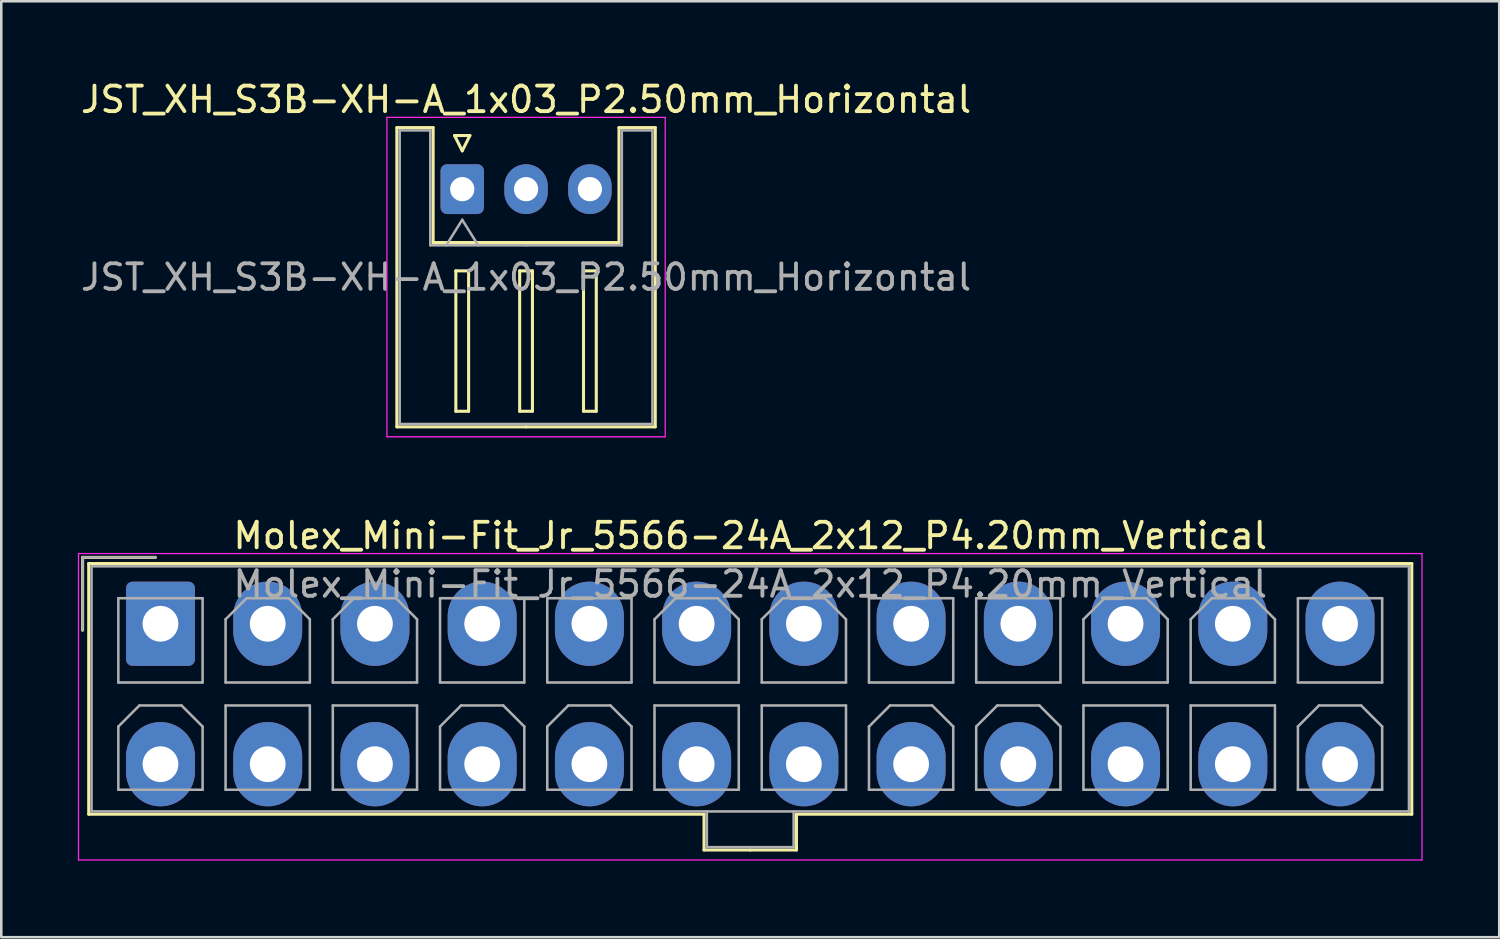
<source format=kicad_pcb>
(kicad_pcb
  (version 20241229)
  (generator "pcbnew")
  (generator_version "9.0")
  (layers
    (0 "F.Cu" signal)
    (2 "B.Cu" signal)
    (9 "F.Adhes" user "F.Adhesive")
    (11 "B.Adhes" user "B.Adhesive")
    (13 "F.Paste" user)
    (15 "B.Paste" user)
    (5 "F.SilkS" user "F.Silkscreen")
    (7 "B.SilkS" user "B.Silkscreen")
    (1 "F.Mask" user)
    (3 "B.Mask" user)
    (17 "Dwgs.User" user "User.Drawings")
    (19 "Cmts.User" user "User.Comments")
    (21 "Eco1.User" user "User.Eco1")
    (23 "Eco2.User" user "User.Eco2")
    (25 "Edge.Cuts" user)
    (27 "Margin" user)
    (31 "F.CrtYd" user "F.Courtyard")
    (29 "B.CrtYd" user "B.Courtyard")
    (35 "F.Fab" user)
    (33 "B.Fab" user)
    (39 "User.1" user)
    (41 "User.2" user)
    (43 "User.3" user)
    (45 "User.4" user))
  (footprint "JST_XH_S3B-XH-A_1x03_P2.50mm_Horizontal"
    (layer "F.Cu")
    (at 15.054 4.358)
    (property "Reference" "JST_XH_S3B-XH-A_1x03_P2.50mm_Horizontal" (at 2.5 -3.51 0) (layer "F.SilkS") (effects (font (size 1 1) (thickness 0.15))))
    (attr through_hole)
    (fp_line (start -2.56 -2.41) (end -1.14 -2.41) (stroke (width 0.12) (type solid)) (layer "F.SilkS"))
    (fp_line (start -2.56 9.31) (end -2.56 -2.41) (stroke (width 0.12) (type solid)) (layer "F.SilkS"))
    (fp_line (start -1.14 -2.41) (end -1.14 2.09) (stroke (width 0.12) (type solid)) (layer "F.SilkS"))
    (fp_line (start -1.14 2.09) (end 2.5 2.09) (stroke (width 0.12) (type solid)) (layer "F.SilkS"))
    (fp_line (start -0.3 -2.1) (end 0.3 -2.1) (stroke (width 0.12) (type solid)) (layer "F.SilkS"))
    (fp_line (start -0.25 3.2) (end -0.25 8.7) (stroke (width 0.12) (type solid)) (layer "F.SilkS"))
    (fp_line (start -0.25 8.7) (end 0.25 8.7) (stroke (width 0.12) (type solid)) (layer "F.SilkS"))
    (fp_line (start 0 -1.5) (end -0.3 -2.1) (stroke (width 0.12) (type solid)) (layer "F.SilkS"))
    (fp_line (start 0.25 3.2) (end -0.25 3.2) (stroke (width 0.12) (type solid)) (layer "F.SilkS"))
    (fp_line (start 0.25 8.7) (end 0.25 3.2) (stroke (width 0.12) (type solid)) (layer "F.SilkS"))
    (fp_line (start 0.3 -2.1) (end 0 -1.5) (stroke (width 0.12) (type solid)) (layer "F.SilkS"))
    (fp_line (start 2.25 3.2) (end 2.25 8.7) (stroke (width 0.12) (type solid)) (layer "F.SilkS"))
    (fp_line (start 2.25 8.7) (end 2.75 8.7) (stroke (width 0.12) (type solid)) (layer "F.SilkS"))
    (fp_line (start 2.5 9.31) (end -2.56 9.31) (stroke (width 0.12) (type solid)) (layer "F.SilkS"))
    (fp_line (start 2.5 9.31) (end 7.56 9.31) (stroke (width 0.12) (type solid)) (layer "F.SilkS"))
    (fp_line (start 2.75 3.2) (end 2.25 3.2) (stroke (width 0.12) (type solid)) (layer "F.SilkS"))
    (fp_line (start 2.75 8.7) (end 2.75 3.2) (stroke (width 0.12) (type solid)) (layer "F.SilkS"))
    (fp_line (start 4.75 3.2) (end 4.75 8.7) (stroke (width 0.12) (type solid)) (layer "F.SilkS"))
    (fp_line (start 4.75 8.7) (end 5.25 8.7) (stroke (width 0.12) (type solid)) (layer "F.SilkS"))
    (fp_line (start 5.25 3.2) (end 4.75 3.2) (stroke (width 0.12) (type solid)) (layer "F.SilkS"))
    (fp_line (start 5.25 8.7) (end 5.25 3.2) (stroke (width 0.12) (type solid)) (layer "F.SilkS"))
    (fp_line (start 6.14 -2.41) (end 6.14 2.09) (stroke (width 0.12) (type solid)) (layer "F.SilkS"))
    (fp_line (start 6.14 2.09) (end 2.5 2.09) (stroke (width 0.12) (type solid)) (layer "F.SilkS"))
    (fp_line (start 7.56 -2.41) (end 6.14 -2.41) (stroke (width 0.12) (type solid)) (layer "F.SilkS"))
    (fp_line (start 7.56 9.31) (end 7.56 -2.41) (stroke (width 0.12) (type solid)) (layer "F.SilkS"))
    (fp_line (start -2.95 -2.81) (end -2.95 9.7) (stroke (width 0.05) (type solid)) (layer "F.CrtYd"))
    (fp_line (start -2.95 9.7) (end 7.95 9.7) (stroke (width 0.05) (type solid)) (layer "F.CrtYd"))
    (fp_line (start 7.95 -2.81) (end -2.95 -2.81) (stroke (width 0.05) (type solid)) (layer "F.CrtYd"))
    (fp_line (start 7.95 9.7) (end 7.95 -2.81) (stroke (width 0.05) (type solid)) (layer "F.CrtYd"))
    (fp_line (start -2.45 -2.3) (end -1.25 -2.3) (stroke (width 0.1) (type solid)) (layer "F.Fab"))
    (fp_line (start -2.45 9.2) (end -2.45 -2.3) (stroke (width 0.1) (type solid)) (layer "F.Fab"))
    (fp_line (start -1.25 -2.3) (end -1.25 2.2) (stroke (width 0.1) (type solid)) (layer "F.Fab"))
    (fp_line (start -1.25 2.2) (end 2.5 2.2) (stroke (width 0.1) (type solid)) (layer "F.Fab"))
    (fp_line (start -0.625 2.2) (end 0 1.2) (stroke (width 0.1) (type solid)) (layer "F.Fab"))
    (fp_line (start 0 1.2) (end 0.625 2.2) (stroke (width 0.1) (type solid)) (layer "F.Fab"))
    (fp_line (start 2.5 9.2) (end -2.45 9.2) (stroke (width 0.1) (type solid)) (layer "F.Fab"))
    (fp_line (start 2.5 9.2) (end 7.45 9.2) (stroke (width 0.1) (type solid)) (layer "F.Fab"))
    (fp_line (start 6.25 -2.3) (end 6.25 2.2) (stroke (width 0.1) (type solid)) (layer "F.Fab"))
    (fp_line (start 6.25 2.2) (end 2.5 2.2) (stroke (width 0.1) (type solid)) (layer "F.Fab"))
    (fp_line (start 7.45 -2.3) (end 6.25 -2.3) (stroke (width 0.1) (type solid)) (layer "F.Fab"))
    (fp_line (start 7.45 9.2) (end 7.45 -2.3) (stroke (width 0.1) (type solid)) (layer "F.Fab"))
    (fp_text user "${REFERENCE}" (at 2.5 3.45 0) (layer "F.Fab") (effects (font (size 1 1) (thickness 0.15))))
    (pad "1" thru_hole roundrect (at 0 0) (size 1.7 1.95) (drill 0.95) (layers "*.Cu" "*.Mask") (roundrect_rratio 0.147))
    (pad "2" thru_hole oval (at 2.5 0) (size 1.7 1.95) (drill 0.95) (layers "*.Cu" "*.Mask"))
    (pad "3" thru_hole oval (at 5 0) (size 1.7 1.95) (drill 0.95) (layers "*.Cu" "*.Mask")))
  (footprint "Molex_Mini-Fit_Jr_5566-24A_2x12_P4.20mm_Vertical"
    (layer "F.Cu")
    (at 3.235 21.381)
    (property "Reference" "Molex_Mini-Fit_Jr_5566-24A_2x12_P4.20mm_Vertical" (at 23.1 -3.45 0) (layer "F.SilkS") (effects (font (size 1 1) (thickness 0.15))))
    (attr through_hole)
    (fp_line (start -3.05 -2.6) (end -3.05 0.25) (stroke (width 0.12) (type solid)) (layer "F.SilkS"))
    (fp_line (start -2.81 -2.36) (end -2.81 7.46) (stroke (width 0.12) (type solid)) (layer "F.SilkS"))
    (fp_line (start -2.81 7.46) (end 21.29 7.46) (stroke (width 0.12) (type solid)) (layer "F.SilkS"))
    (fp_line (start -0.2 -2.6) (end -3.05 -2.6) (stroke (width 0.12) (type solid)) (layer "F.SilkS"))
    (fp_line (start 21.29 7.46) (end 21.29 8.86) (stroke (width 0.12) (type solid)) (layer "F.SilkS"))
    (fp_line (start 21.29 8.86) (end 23.1 8.86) (stroke (width 0.12) (type solid)) (layer "F.SilkS"))
    (fp_line (start 23.1 -2.36) (end -2.81 -2.36) (stroke (width 0.12) (type solid)) (layer "F.SilkS"))
    (fp_line (start 23.1 -2.36) (end 49.01 -2.36) (stroke (width 0.12) (type solid)) (layer "F.SilkS"))
    (fp_line (start 24.91 7.46) (end 24.91 8.86) (stroke (width 0.12) (type solid)) (layer "F.SilkS"))
    (fp_line (start 24.91 8.86) (end 23.1 8.86) (stroke (width 0.12) (type solid)) (layer "F.SilkS"))
    (fp_line (start 49.01 -2.36) (end 49.01 7.46) (stroke (width 0.12) (type solid)) (layer "F.SilkS"))
    (fp_line (start 49.01 7.46) (end 24.91 7.46) (stroke (width 0.12) (type solid)) (layer "F.SilkS"))
    (fp_line (start -3.21 -2.75) (end -3.21 9.25) (stroke (width 0.05) (type solid)) (layer "F.CrtYd"))
    (fp_line (start -3.21 9.25) (end 49.41 9.25) (stroke (width 0.05) (type solid)) (layer "F.CrtYd"))
    (fp_line (start 49.41 -2.75) (end -3.21 -2.75) (stroke (width 0.05) (type solid)) (layer "F.CrtYd"))
    (fp_line (start 49.41 9.25) (end 49.41 -2.75) (stroke (width 0.05) (type solid)) (layer "F.CrtYd"))
    (fp_line (start -3.05 -2.6) (end -3.05 0.25) (stroke (width 0.1) (type solid)) (layer "F.Fab"))
    (fp_line (start -2.7 -2.25) (end -2.7 7.35) (stroke (width 0.1) (type solid)) (layer "F.Fab"))
    (fp_line (start -2.7 7.35) (end 48.9 7.35) (stroke (width 0.1) (type solid)) (layer "F.Fab"))
    (fp_line (start -1.65 -1) (end -1.65 2.3) (stroke (width 0.1) (type solid)) (layer "F.Fab"))
    (fp_line (start -1.65 2.3) (end 1.65 2.3) (stroke (width 0.1) (type solid)) (layer "F.Fab"))
    (fp_line (start -1.65 4.025) (end -0.825 3.2) (stroke (width 0.1) (type solid)) (layer "F.Fab"))
    (fp_line (start -1.65 6.5) (end -1.65 4.025) (stroke (width 0.1) (type solid)) (layer "F.Fab"))
    (fp_line (start -0.825 3.2) (end 0.825 3.2) (stroke (width 0.1) (type solid)) (layer "F.Fab"))
    (fp_line (start -0.2 -2.6) (end -3.05 -2.6) (stroke (width 0.1) (type solid)) (layer "F.Fab"))
    (fp_line (start 0.825 3.2) (end 1.65 4.025) (stroke (width 0.1) (type solid)) (layer "F.Fab"))
    (fp_line (start 1.65 -1) (end -1.65 -1) (stroke (width 0.1) (type solid)) (layer "F.Fab"))
    (fp_line (start 1.65 2.3) (end 1.65 -1) (stroke (width 0.1) (type solid)) (layer "F.Fab"))
    (fp_line (start 1.65 4.025) (end 1.65 6.5) (stroke (width 0.1) (type solid)) (layer "F.Fab"))
    (fp_line (start 1.65 6.5) (end -1.65 6.5) (stroke (width 0.1) (type solid)) (layer "F.Fab"))
    (fp_line (start 2.55 -0.175) (end 3.375 -1) (stroke (width 0.1) (type solid)) (layer "F.Fab"))
    (fp_line (start 2.55 2.3) (end 2.55 -0.175) (stroke (width 0.1) (type solid)) (layer "F.Fab"))
    (fp_line (start 2.55 3.2) (end 2.55 6.5) (stroke (width 0.1) (type solid)) (layer "F.Fab"))
    (fp_line (start 2.55 6.5) (end 5.85 6.5) (stroke (width 0.1) (type solid)) (layer "F.Fab"))
    (fp_line (start 3.375 -1) (end 5.025 -1) (stroke (width 0.1) (type solid)) (layer "F.Fab"))
    (fp_line (start 5.025 -1) (end 5.85 -0.175) (stroke (width 0.1) (type solid)) (layer "F.Fab"))
    (fp_line (start 5.85 -0.175) (end 5.85 2.3) (stroke (width 0.1) (type solid)) (layer "F.Fab"))
    (fp_line (start 5.85 2.3) (end 2.55 2.3) (stroke (width 0.1) (type solid)) (layer "F.Fab"))
    (fp_line (start 5.85 3.2) (end 2.55 3.2) (stroke (width 0.1) (type solid)) (layer "F.Fab"))
    (fp_line (start 5.85 6.5) (end 5.85 3.2) (stroke (width 0.1) (type solid)) (layer "F.Fab"))
    (fp_line (start 6.75 -0.175) (end 7.575 -1) (stroke (width 0.1) (type solid)) (layer "F.Fab"))
    (fp_line (start 6.75 2.3) (end 6.75 -0.175) (stroke (width 0.1) (type solid)) (layer "F.Fab"))
    (fp_line (start 6.75 3.2) (end 6.75 6.5) (stroke (width 0.1) (type solid)) (layer "F.Fab"))
    (fp_line (start 6.75 6.5) (end 10.05 6.5) (stroke (width 0.1) (type solid)) (layer "F.Fab"))
    (fp_line (start 7.575 -1) (end 9.225 -1) (stroke (width 0.1) (type solid)) (layer "F.Fab"))
    (fp_line (start 9.225 -1) (end 10.05 -0.175) (stroke (width 0.1) (type solid)) (layer "F.Fab"))
    (fp_line (start 10.05 -0.175) (end 10.05 2.3) (stroke (width 0.1) (type solid)) (layer "F.Fab"))
    (fp_line (start 10.05 2.3) (end 6.75 2.3) (stroke (width 0.1) (type solid)) (layer "F.Fab"))
    (fp_line (start 10.05 3.2) (end 6.75 3.2) (stroke (width 0.1) (type solid)) (layer "F.Fab"))
    (fp_line (start 10.05 6.5) (end 10.05 3.2) (stroke (width 0.1) (type solid)) (layer "F.Fab"))
    (fp_line (start 10.95 -1) (end 10.95 2.3) (stroke (width 0.1) (type solid)) (layer "F.Fab"))
    (fp_line (start 10.95 2.3) (end 14.25 2.3) (stroke (width 0.1) (type solid)) (layer "F.Fab"))
    (fp_line (start 10.95 4.025) (end 11.775 3.2) (stroke (width 0.1) (type solid)) (layer "F.Fab"))
    (fp_line (start 10.95 6.5) (end 10.95 4.025) (stroke (width 0.1) (type solid)) (layer "F.Fab"))
    (fp_line (start 11.775 3.2) (end 13.425 3.2) (stroke (width 0.1) (type solid)) (layer "F.Fab"))
    (fp_line (start 13.425 3.2) (end 14.25 4.025) (stroke (width 0.1) (type solid)) (layer "F.Fab"))
    (fp_line (start 14.25 -1) (end 10.95 -1) (stroke (width 0.1) (type solid)) (layer "F.Fab"))
    (fp_line (start 14.25 2.3) (end 14.25 -1) (stroke (width 0.1) (type solid)) (layer "F.Fab"))
    (fp_line (start 14.25 4.025) (end 14.25 6.5) (stroke (width 0.1) (type solid)) (layer "F.Fab"))
    (fp_line (start 14.25 6.5) (end 10.95 6.5) (stroke (width 0.1) (type solid)) (layer "F.Fab"))
    (fp_line (start 15.15 -1) (end 15.15 2.3) (stroke (width 0.1) (type solid)) (layer "F.Fab"))
    (fp_line (start 15.15 2.3) (end 18.45 2.3) (stroke (width 0.1) (type solid)) (layer "F.Fab"))
    (fp_line (start 15.15 4.025) (end 15.975 3.2) (stroke (width 0.1) (type solid)) (layer "F.Fab"))
    (fp_line (start 15.15 6.5) (end 15.15 4.025) (stroke (width 0.1) (type solid)) (layer "F.Fab"))
    (fp_line (start 15.975 3.2) (end 17.625 3.2) (stroke (width 0.1) (type solid)) (layer "F.Fab"))
    (fp_line (start 17.625 3.2) (end 18.45 4.025) (stroke (width 0.1) (type solid)) (layer "F.Fab"))
    (fp_line (start 18.45 -1) (end 15.15 -1) (stroke (width 0.1) (type solid)) (layer "F.Fab"))
    (fp_line (start 18.45 2.3) (end 18.45 -1) (stroke (width 0.1) (type solid)) (layer "F.Fab"))
    (fp_line (start 18.45 4.025) (end 18.45 6.5) (stroke (width 0.1) (type solid)) (layer "F.Fab"))
    (fp_line (start 18.45 6.5) (end 15.15 6.5) (stroke (width 0.1) (type solid)) (layer "F.Fab"))
    (fp_line (start 19.35 -0.175) (end 20.175 -1) (stroke (width 0.1) (type solid)) (layer "F.Fab"))
    (fp_line (start 19.35 2.3) (end 19.35 -0.175) (stroke (width 0.1) (type solid)) (layer "F.Fab"))
    (fp_line (start 19.35 3.2) (end 19.35 6.5) (stroke (width 0.1) (type solid)) (layer "F.Fab"))
    (fp_line (start 19.35 6.5) (end 22.65 6.5) (stroke (width 0.1) (type solid)) (layer "F.Fab"))
    (fp_line (start 20.175 -1) (end 21.825 -1) (stroke (width 0.1) (type solid)) (layer "F.Fab"))
    (fp_line (start 21.4 7.35) (end 21.4 8.75) (stroke (width 0.1) (type solid)) (layer "F.Fab"))
    (fp_line (start 21.4 8.75) (end 24.8 8.75) (stroke (width 0.1) (type solid)) (layer "F.Fab"))
    (fp_line (start 21.825 -1) (end 22.65 -0.175) (stroke (width 0.1) (type solid)) (layer "F.Fab"))
    (fp_line (start 22.65 -0.175) (end 22.65 2.3) (stroke (width 0.1) (type solid)) (layer "F.Fab"))
    (fp_line (start 22.65 2.3) (end 19.35 2.3) (stroke (width 0.1) (type solid)) (layer "F.Fab"))
    (fp_line (start 22.65 3.2) (end 19.35 3.2) (stroke (width 0.1) (type solid)) (layer "F.Fab"))
    (fp_line (start 22.65 6.5) (end 22.65 3.2) (stroke (width 0.1) (type solid)) (layer "F.Fab"))
    (fp_line (start 23.55 -0.175) (end 24.375 -1) (stroke (width 0.1) (type solid)) (layer "F.Fab"))
    (fp_line (start 23.55 2.3) (end 23.55 -0.175) (stroke (width 0.1) (type solid)) (layer "F.Fab"))
    (fp_line (start 23.55 3.2) (end 23.55 6.5) (stroke (width 0.1) (type solid)) (layer "F.Fab"))
    (fp_line (start 23.55 6.5) (end 26.85 6.5) (stroke (width 0.1) (type solid)) (layer "F.Fab"))
    (fp_line (start 24.375 -1) (end 26.025 -1) (stroke (width 0.1) (type solid)) (layer "F.Fab"))
    (fp_line (start 24.8 8.75) (end 24.8 7.35) (stroke (width 0.1) (type solid)) (layer "F.Fab"))
    (fp_line (start 26.025 -1) (end 26.85 -0.175) (stroke (width 0.1) (type solid)) (layer "F.Fab"))
    (fp_line (start 26.85 -0.175) (end 26.85 2.3) (stroke (width 0.1) (type solid)) (layer "F.Fab"))
    (fp_line (start 26.85 2.3) (end 23.55 2.3) (stroke (width 0.1) (type solid)) (layer "F.Fab"))
    (fp_line (start 26.85 3.2) (end 23.55 3.2) (stroke (width 0.1) (type solid)) (layer "F.Fab"))
    (fp_line (start 26.85 6.5) (end 26.85 3.2) (stroke (width 0.1) (type solid)) (layer "F.Fab"))
    (fp_line (start 27.75 -1) (end 27.75 2.3) (stroke (width 0.1) (type solid)) (layer "F.Fab"))
    (fp_line (start 27.75 2.3) (end 31.05 2.3) (stroke (width 0.1) (type solid)) (layer "F.Fab"))
    (fp_line (start 27.75 4.025) (end 28.575 3.2) (stroke (width 0.1) (type solid)) (layer "F.Fab"))
    (fp_line (start 27.75 6.5) (end 27.75 4.025) (stroke (width 0.1) (type solid)) (layer "F.Fab"))
    (fp_line (start 28.575 3.2) (end 30.225 3.2) (stroke (width 0.1) (type solid)) (layer "F.Fab"))
    (fp_line (start 30.225 3.2) (end 31.05 4.025) (stroke (width 0.1) (type solid)) (layer "F.Fab"))
    (fp_line (start 31.05 -1) (end 27.75 -1) (stroke (width 0.1) (type solid)) (layer "F.Fab"))
    (fp_line (start 31.05 2.3) (end 31.05 -1) (stroke (width 0.1) (type solid)) (layer "F.Fab"))
    (fp_line (start 31.05 4.025) (end 31.05 6.5) (stroke (width 0.1) (type solid)) (layer "F.Fab"))
    (fp_line (start 31.05 6.5) (end 27.75 6.5) (stroke (width 0.1) (type solid)) (layer "F.Fab"))
    (fp_line (start 31.95 -1) (end 31.95 2.3) (stroke (width 0.1) (type solid)) (layer "F.Fab"))
    (fp_line (start 31.95 2.3) (end 35.25 2.3) (stroke (width 0.1) (type solid)) (layer "F.Fab"))
    (fp_line (start 31.95 4.025) (end 32.775 3.2) (stroke (width 0.1) (type solid)) (layer "F.Fab"))
    (fp_line (start 31.95 6.5) (end 31.95 4.025) (stroke (width 0.1) (type solid)) (layer "F.Fab"))
    (fp_line (start 32.775 3.2) (end 34.425 3.2) (stroke (width 0.1) (type solid)) (layer "F.Fab"))
    (fp_line (start 34.425 3.2) (end 35.25 4.025) (stroke (width 0.1) (type solid)) (layer "F.Fab"))
    (fp_line (start 35.25 -1) (end 31.95 -1) (stroke (width 0.1) (type solid)) (layer "F.Fab"))
    (fp_line (start 35.25 2.3) (end 35.25 -1) (stroke (width 0.1) (type solid)) (layer "F.Fab"))
    (fp_line (start 35.25 4.025) (end 35.25 6.5) (stroke (width 0.1) (type solid)) (layer "F.Fab"))
    (fp_line (start 35.25 6.5) (end 31.95 6.5) (stroke (width 0.1) (type solid)) (layer "F.Fab"))
    (fp_line (start 36.15 -0.175) (end 36.975 -1) (stroke (width 0.1) (type solid)) (layer "F.Fab"))
    (fp_line (start 36.15 2.3) (end 36.15 -0.175) (stroke (width 0.1) (type solid)) (layer "F.Fab"))
    (fp_line (start 36.15 3.2) (end 36.15 6.5) (stroke (width 0.1) (type solid)) (layer "F.Fab"))
    (fp_line (start 36.15 6.5) (end 39.45 6.5) (stroke (width 0.1) (type solid)) (layer "F.Fab"))
    (fp_line (start 36.975 -1) (end 38.625 -1) (stroke (width 0.1) (type solid)) (layer "F.Fab"))
    (fp_line (start 38.625 -1) (end 39.45 -0.175) (stroke (width 0.1) (type solid)) (layer "F.Fab"))
    (fp_line (start 39.45 -0.175) (end 39.45 2.3) (stroke (width 0.1) (type solid)) (layer "F.Fab"))
    (fp_line (start 39.45 2.3) (end 36.15 2.3) (stroke (width 0.1) (type solid)) (layer "F.Fab"))
    (fp_line (start 39.45 3.2) (end 36.15 3.2) (stroke (width 0.1) (type solid)) (layer "F.Fab"))
    (fp_line (start 39.45 6.5) (end 39.45 3.2) (stroke (width 0.1) (type solid)) (layer "F.Fab"))
    (fp_line (start 40.35 -0.175) (end 41.175 -1) (stroke (width 0.1) (type solid)) (layer "F.Fab"))
    (fp_line (start 40.35 2.3) (end 40.35 -0.175) (stroke (width 0.1) (type solid)) (layer "F.Fab"))
    (fp_line (start 40.35 3.2) (end 40.35 6.5) (stroke (width 0.1) (type solid)) (layer "F.Fab"))
    (fp_line (start 40.35 6.5) (end 43.65 6.5) (stroke (width 0.1) (type solid)) (layer "F.Fab"))
    (fp_line (start 41.175 -1) (end 42.825 -1) (stroke (width 0.1) (type solid)) (layer "F.Fab"))
    (fp_line (start 42.825 -1) (end 43.65 -0.175) (stroke (width 0.1) (type solid)) (layer "F.Fab"))
    (fp_line (start 43.65 -0.175) (end 43.65 2.3) (stroke (width 0.1) (type solid)) (layer "F.Fab"))
    (fp_line (start 43.65 2.3) (end 40.35 2.3) (stroke (width 0.1) (type solid)) (layer "F.Fab"))
    (fp_line (start 43.65 3.2) (end 40.35 3.2) (stroke (width 0.1) (type solid)) (layer "F.Fab"))
    (fp_line (start 43.65 6.5) (end 43.65 3.2) (stroke (width 0.1) (type solid)) (layer "F.Fab"))
    (fp_line (start 44.55 -1) (end 44.55 2.3) (stroke (width 0.1) (type solid)) (layer "F.Fab"))
    (fp_line (start 44.55 2.3) (end 47.85 2.3) (stroke (width 0.1) (type solid)) (layer "F.Fab"))
    (fp_line (start 44.55 4.025) (end 45.375 3.2) (stroke (width 0.1) (type solid)) (layer "F.Fab"))
    (fp_line (start 44.55 6.5) (end 44.55 4.025) (stroke (width 0.1) (type solid)) (layer "F.Fab"))
    (fp_line (start 45.375 3.2) (end 47.025 3.2) (stroke (width 0.1) (type solid)) (layer "F.Fab"))
    (fp_line (start 47.025 3.2) (end 47.85 4.025) (stroke (width 0.1) (type solid)) (layer "F.Fab"))
    (fp_line (start 47.85 -1) (end 44.55 -1) (stroke (width 0.1) (type solid)) (layer "F.Fab"))
    (fp_line (start 47.85 2.3) (end 47.85 -1) (stroke (width 0.1) (type solid)) (layer "F.Fab"))
    (fp_line (start 47.85 4.025) (end 47.85 6.5) (stroke (width 0.1) (type solid)) (layer "F.Fab"))
    (fp_line (start 47.85 6.5) (end 44.55 6.5) (stroke (width 0.1) (type solid)) (layer "F.Fab"))
    (fp_line (start 48.9 -2.25) (end -2.7 -2.25) (stroke (width 0.1) (type solid)) (layer "F.Fab"))
    (fp_line (start 48.9 7.35) (end 48.9 -2.25) (stroke (width 0.1) (type solid)) (layer "F.Fab"))
    (fp_text user "${REFERENCE}" (at 23.1 -1.55 0) (layer "F.Fab") (effects (font (size 1 1) (thickness 0.15))))
    (pad "1" thru_hole roundrect (at 0 0) (size 2.7 3.3) (drill 1.4) (layers "*.Cu" "*.Mask") (roundrect_rratio 0.093))
    (pad "2" thru_hole oval (at 4.2 0) (size 2.7 3.3) (drill 1.4) (layers "*.Cu" "*.Mask"))
    (pad "3" thru_hole oval (at 8.4 0) (size 2.7 3.3) (drill 1.4) (layers "*.Cu" "*.Mask"))
    (pad "4" thru_hole oval (at 12.6 0) (size 2.7 3.3) (drill 1.4) (layers "*.Cu" "*.Mask"))
    (pad "5" thru_hole oval (at 16.8 0) (size 2.7 3.3) (drill 1.4) (layers "*.Cu" "*.Mask"))
    (pad "6" thru_hole oval (at 21 0) (size 2.7 3.3) (drill 1.4) (layers "*.Cu" "*.Mask"))
    (pad "7" thru_hole oval (at 25.2 0) (size 2.7 3.3) (drill 1.4) (layers "*.Cu" "*.Mask"))
    (pad "8" thru_hole oval (at 29.4 0) (size 2.7 3.3) (drill 1.4) (layers "*.Cu" "*.Mask"))
    (pad "9" thru_hole oval (at 33.6 0) (size 2.7 3.3) (drill 1.4) (layers "*.Cu" "*.Mask"))
    (pad "10" thru_hole oval (at 37.8 0) (size 2.7 3.3) (drill 1.4) (layers "*.Cu" "*.Mask"))
    (pad "11" thru_hole oval (at 42 0) (size 2.7 3.3) (drill 1.4) (layers "*.Cu" "*.Mask"))
    (pad "12" thru_hole oval (at 46.2 0) (size 2.7 3.3) (drill 1.4) (layers "*.Cu" "*.Mask"))
    (pad "13" thru_hole oval (at 0 5.5) (size 2.7 3.3) (drill 1.4) (layers "*.Cu" "*.Mask"))
    (pad "14" thru_hole oval (at 4.2 5.5) (size 2.7 3.3) (drill 1.4) (layers "*.Cu" "*.Mask"))
    (pad "15" thru_hole oval (at 8.4 5.5) (size 2.7 3.3) (drill 1.4) (layers "*.Cu" "*.Mask"))
    (pad "16" thru_hole oval (at 12.6 5.5) (size 2.7 3.3) (drill 1.4) (layers "*.Cu" "*.Mask"))
    (pad "17" thru_hole oval (at 16.8 5.5) (size 2.7 3.3) (drill 1.4) (layers "*.Cu" "*.Mask"))
    (pad "18" thru_hole oval (at 21 5.5) (size 2.7 3.3) (drill 1.4) (layers "*.Cu" "*.Mask"))
    (pad "19" thru_hole oval (at 25.2 5.5) (size 2.7 3.3) (drill 1.4) (layers "*.Cu" "*.Mask"))
    (pad "20" thru_hole oval (at 29.4 5.5) (size 2.7 3.3) (drill 1.4) (layers "*.Cu" "*.Mask"))
    (pad "21" thru_hole oval (at 33.6 5.5) (size 2.7 3.3) (drill 1.4) (layers "*.Cu" "*.Mask"))
    (pad "22" thru_hole oval (at 37.8 5.5) (size 2.7 3.3) (drill 1.4) (layers "*.Cu" "*.Mask"))
    (pad "23" thru_hole oval (at 42 5.5) (size 2.7 3.3) (drill 1.4) (layers "*.Cu" "*.Mask"))
    (pad "24" thru_hole oval (at 46.2 5.5) (size 2.7 3.3) (drill 1.4) (layers "*.Cu" "*.Mask")))
  (gr_rect
    (start -3 -3)
    (end 55.67 33.657)
    (stroke (width 0.1) (type default))
    (fill no)
    (layer "Edge.Cuts")))
</source>
